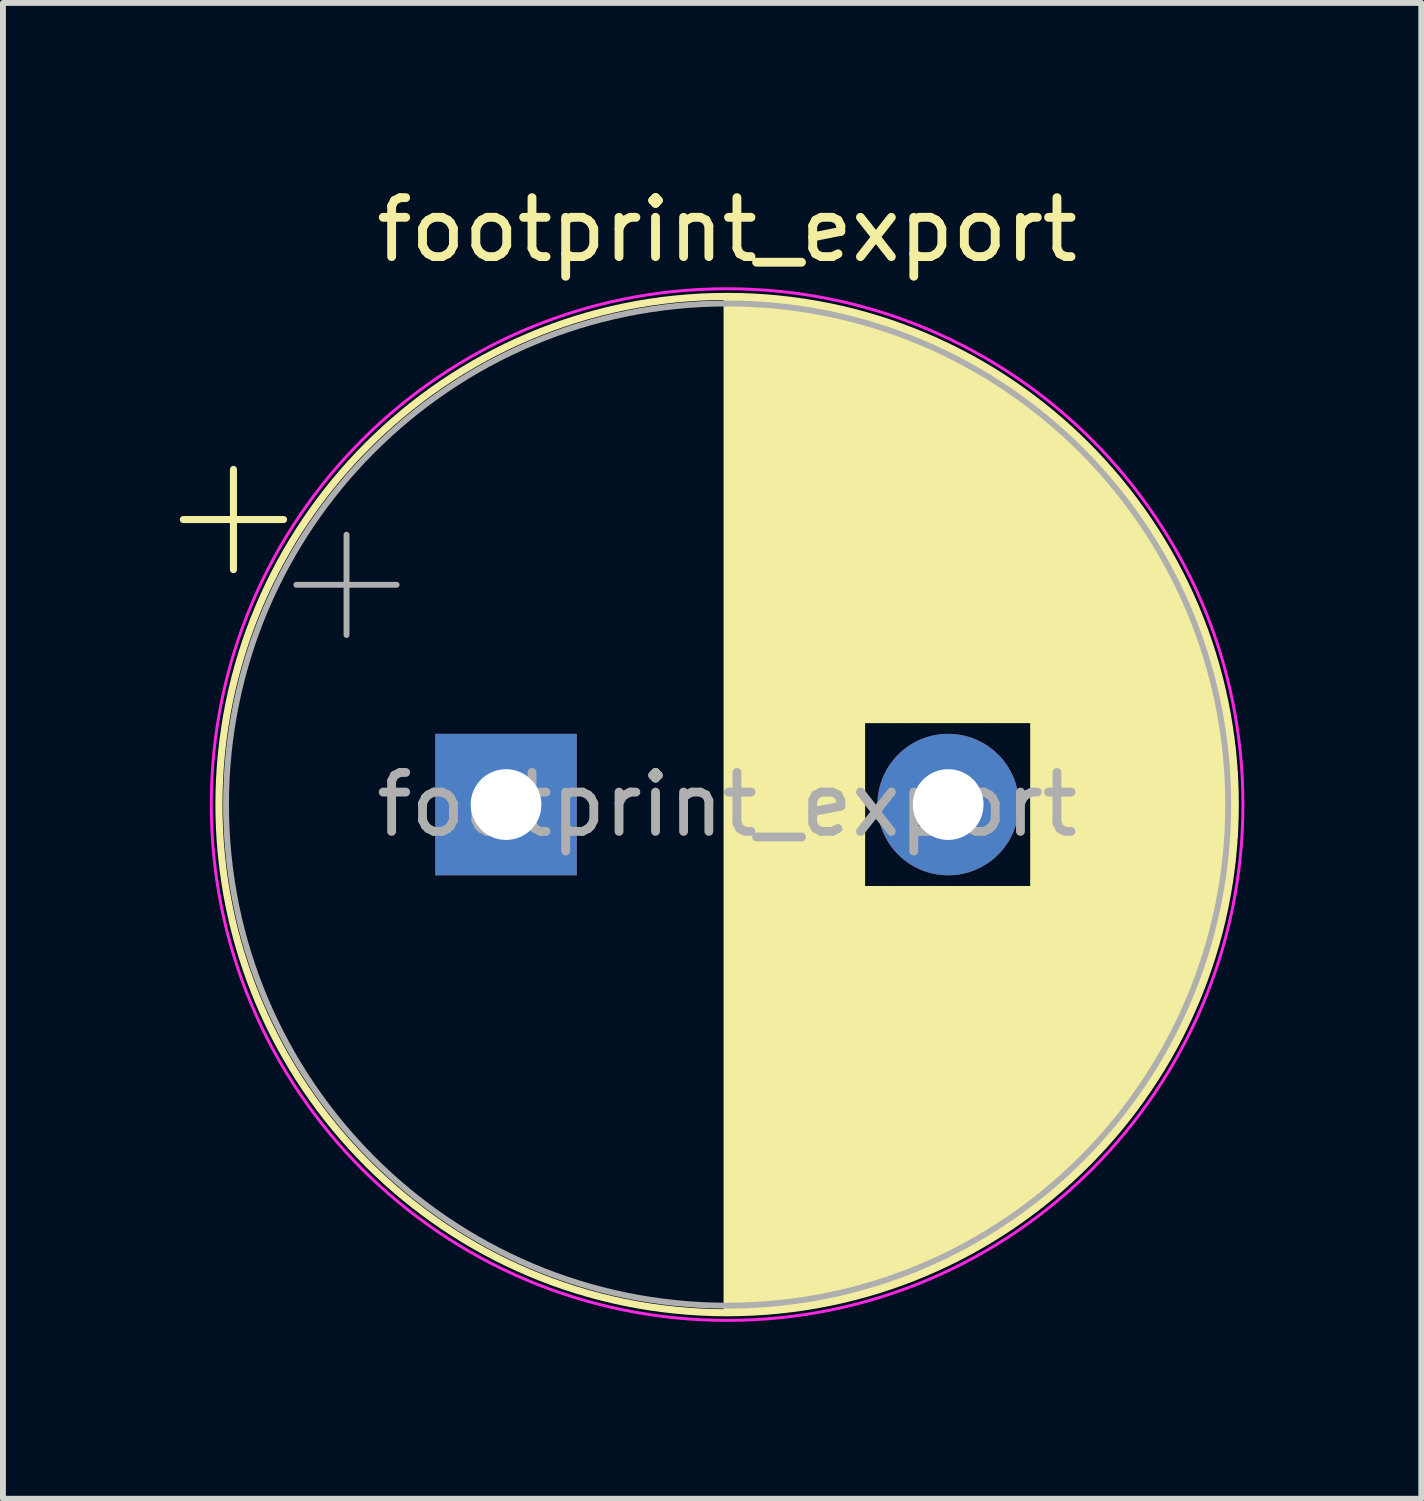
<source format=kicad_pcb>
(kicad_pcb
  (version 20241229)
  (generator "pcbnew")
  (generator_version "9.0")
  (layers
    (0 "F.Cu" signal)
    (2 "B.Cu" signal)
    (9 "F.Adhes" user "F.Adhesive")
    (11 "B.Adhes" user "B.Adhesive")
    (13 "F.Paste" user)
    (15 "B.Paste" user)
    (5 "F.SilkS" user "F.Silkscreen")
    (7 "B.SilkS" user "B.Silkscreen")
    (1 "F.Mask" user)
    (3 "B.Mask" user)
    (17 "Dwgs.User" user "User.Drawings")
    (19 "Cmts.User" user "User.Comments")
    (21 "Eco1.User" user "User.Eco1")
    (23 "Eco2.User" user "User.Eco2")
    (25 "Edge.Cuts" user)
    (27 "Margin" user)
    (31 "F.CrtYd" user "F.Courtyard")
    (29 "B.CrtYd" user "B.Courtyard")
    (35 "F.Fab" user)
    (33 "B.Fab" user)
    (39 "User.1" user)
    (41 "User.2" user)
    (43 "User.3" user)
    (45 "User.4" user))
  (footprint "footprint_export"
    (layer "F.Cu")
    (at 5.534 10.598)
    (property "Reference" "footprint_export" (at 3.75 -9.75 0) (layer "F.SilkS") (effects (font (size 1 1) (thickness 0.15))))
    (attr through_hole)
    (fp_line (start -5.474 -4.835) (end -3.774 -4.835) (stroke (width 0.12) (type solid)) (layer "F.SilkS"))
    (fp_line (start -4.624 -5.685) (end -4.624 -3.985) (stroke (width 0.12) (type solid)) (layer "F.SilkS"))
    (fp_line (start 3.75 -8.581) (end 3.75 8.581) (stroke (width 0.12) (type solid)) (layer "F.SilkS"))
    (fp_line (start 3.79 -8.58) (end 3.79 8.58) (stroke (width 0.12) (type solid)) (layer "F.SilkS"))
    (fp_line (start 3.83 -8.58) (end 3.83 8.58) (stroke (width 0.12) (type solid)) (layer "F.SilkS"))
    (fp_line (start 3.87 -8.58) (end 3.87 8.58) (stroke (width 0.12) (type solid)) (layer "F.SilkS"))
    (fp_line (start 3.91 -8.579) (end 3.91 8.579) (stroke (width 0.12) (type solid)) (layer "F.SilkS"))
    (fp_line (start 3.95 -8.578) (end 3.95 8.578) (stroke (width 0.12) (type solid)) (layer "F.SilkS"))
    (fp_line (start 3.99 -8.577) (end 3.99 8.577) (stroke (width 0.12) (type solid)) (layer "F.SilkS"))
    (fp_line (start 4.03 -8.576) (end 4.03 8.576) (stroke (width 0.12) (type solid)) (layer "F.SilkS"))
    (fp_line (start 4.07 -8.575) (end 4.07 8.575) (stroke (width 0.12) (type solid)) (layer "F.SilkS"))
    (fp_line (start 4.11 -8.573) (end 4.11 8.573) (stroke (width 0.12) (type solid)) (layer "F.SilkS"))
    (fp_line (start 4.15 -8.571) (end 4.15 8.571) (stroke (width 0.12) (type solid)) (layer "F.SilkS"))
    (fp_line (start 4.19 -8.569) (end 4.19 8.569) (stroke (width 0.12) (type solid)) (layer "F.SilkS"))
    (fp_line (start 4.23 -8.567) (end 4.23 8.567) (stroke (width 0.12) (type solid)) (layer "F.SilkS"))
    (fp_line (start 4.27 -8.565) (end 4.27 8.565) (stroke (width 0.12) (type solid)) (layer "F.SilkS"))
    (fp_line (start 4.31 -8.562) (end 4.31 8.562) (stroke (width 0.12) (type solid)) (layer "F.SilkS"))
    (fp_line (start 4.35 -8.56) (end 4.35 8.56) (stroke (width 0.12) (type solid)) (layer "F.SilkS"))
    (fp_line (start 4.39 -8.557) (end 4.39 8.557) (stroke (width 0.12) (type solid)) (layer "F.SilkS"))
    (fp_line (start 4.43 -8.554) (end 4.43 8.554) (stroke (width 0.12) (type solid)) (layer "F.SilkS"))
    (fp_line (start 4.471 -8.55) (end 4.471 8.55) (stroke (width 0.12) (type solid)) (layer "F.SilkS"))
    (fp_line (start 4.511 -8.547) (end 4.511 8.547) (stroke (width 0.12) (type solid)) (layer "F.SilkS"))
    (fp_line (start 4.551 -8.543) (end 4.551 8.543) (stroke (width 0.12) (type solid)) (layer "F.SilkS"))
    (fp_line (start 4.591 -8.539) (end 4.591 8.539) (stroke (width 0.12) (type solid)) (layer "F.SilkS"))
    (fp_line (start 4.631 -8.535) (end 4.631 8.535) (stroke (width 0.12) (type solid)) (layer "F.SilkS"))
    (fp_line (start 4.671 -8.531) (end 4.671 8.531) (stroke (width 0.12) (type solid)) (layer "F.SilkS"))
    (fp_line (start 4.711 -8.527) (end 4.711 8.527) (stroke (width 0.12) (type solid)) (layer "F.SilkS"))
    (fp_line (start 4.751 -8.522) (end 4.751 8.522) (stroke (width 0.12) (type solid)) (layer "F.SilkS"))
    (fp_line (start 4.791 -8.518) (end 4.791 8.518) (stroke (width 0.12) (type solid)) (layer "F.SilkS"))
    (fp_line (start 4.831 -8.513) (end 4.831 8.513) (stroke (width 0.12) (type solid)) (layer "F.SilkS"))
    (fp_line (start 4.871 -8.507) (end 4.871 8.507) (stroke (width 0.12) (type solid)) (layer "F.SilkS"))
    (fp_line (start 4.911 -8.502) (end 4.911 8.502) (stroke (width 0.12) (type solid)) (layer "F.SilkS"))
    (fp_line (start 4.951 -8.497) (end 4.951 8.497) (stroke (width 0.12) (type solid)) (layer "F.SilkS"))
    (fp_line (start 4.991 -8.491) (end 4.991 8.491) (stroke (width 0.12) (type solid)) (layer "F.SilkS"))
    (fp_line (start 5.031 -8.485) (end 5.031 8.485) (stroke (width 0.12) (type solid)) (layer "F.SilkS"))
    (fp_line (start 5.071 -8.479) (end 5.071 8.479) (stroke (width 0.12) (type solid)) (layer "F.SilkS"))
    (fp_line (start 5.111 -8.473) (end 5.111 8.473) (stroke (width 0.12) (type solid)) (layer "F.SilkS"))
    (fp_line (start 5.151 -8.466) (end 5.151 8.466) (stroke (width 0.12) (type solid)) (layer "F.SilkS"))
    (fp_line (start 5.191 -8.459) (end 5.191 8.459) (stroke (width 0.12) (type solid)) (layer "F.SilkS"))
    (fp_line (start 5.231 -8.452) (end 5.231 8.452) (stroke (width 0.12) (type solid)) (layer "F.SilkS"))
    (fp_line (start 5.271 -8.445) (end 5.271 8.445) (stroke (width 0.12) (type solid)) (layer "F.SilkS"))
    (fp_line (start 5.311 -8.438) (end 5.311 8.438) (stroke (width 0.12) (type solid)) (layer "F.SilkS"))
    (fp_line (start 5.351 -8.431) (end 5.351 8.431) (stroke (width 0.12) (type solid)) (layer "F.SilkS"))
    (fp_line (start 5.391 -8.423) (end 5.391 8.423) (stroke (width 0.12) (type solid)) (layer "F.SilkS"))
    (fp_line (start 5.431 -8.415) (end 5.431 8.415) (stroke (width 0.12) (type solid)) (layer "F.SilkS"))
    (fp_line (start 5.471 -8.407) (end 5.471 8.407) (stroke (width 0.12) (type solid)) (layer "F.SilkS"))
    (fp_line (start 5.511 -8.399) (end 5.511 8.399) (stroke (width 0.12) (type solid)) (layer "F.SilkS"))
    (fp_line (start 5.551 -8.39) (end 5.551 8.39) (stroke (width 0.12) (type solid)) (layer "F.SilkS"))
    (fp_line (start 5.591 -8.382) (end 5.591 8.382) (stroke (width 0.12) (type solid)) (layer "F.SilkS"))
    (fp_line (start 5.631 -8.373) (end 5.631 8.373) (stroke (width 0.12) (type solid)) (layer "F.SilkS"))
    (fp_line (start 5.671 -8.364) (end 5.671 8.364) (stroke (width 0.12) (type solid)) (layer "F.SilkS"))
    (fp_line (start 5.711 -8.355) (end 5.711 8.355) (stroke (width 0.12) (type solid)) (layer "F.SilkS"))
    (fp_line (start 5.751 -8.345) (end 5.751 8.345) (stroke (width 0.12) (type solid)) (layer "F.SilkS"))
    (fp_line (start 5.791 -8.336) (end 5.791 8.336) (stroke (width 0.12) (type solid)) (layer "F.SilkS"))
    (fp_line (start 5.831 -8.326) (end 5.831 8.326) (stroke (width 0.12) (type solid)) (layer "F.SilkS"))
    (fp_line (start 5.871 -8.316) (end 5.871 8.316) (stroke (width 0.12) (type solid)) (layer "F.SilkS"))
    (fp_line (start 5.911 -8.305) (end 5.911 8.305) (stroke (width 0.12) (type solid)) (layer "F.SilkS"))
    (fp_line (start 5.951 -8.295) (end 5.951 8.295) (stroke (width 0.12) (type solid)) (layer "F.SilkS"))
    (fp_line (start 5.991 -8.284) (end 5.991 8.284) (stroke (width 0.12) (type solid)) (layer "F.SilkS"))
    (fp_line (start 6.031 -8.274) (end 6.031 8.274) (stroke (width 0.12) (type solid)) (layer "F.SilkS"))
    (fp_line (start 6.071 -8.262) (end 6.071 -1.44) (stroke (width 0.12) (type solid)) (layer "F.SilkS"))
    (fp_line (start 6.071 1.44) (end 6.071 8.262) (stroke (width 0.12) (type solid)) (layer "F.SilkS"))
    (fp_line (start 6.111 -8.251) (end 6.111 -1.44) (stroke (width 0.12) (type solid)) (layer "F.SilkS"))
    (fp_line (start 6.111 1.44) (end 6.111 8.251) (stroke (width 0.12) (type solid)) (layer "F.SilkS"))
    (fp_line (start 6.151 -8.24) (end 6.151 -1.44) (stroke (width 0.12) (type solid)) (layer "F.SilkS"))
    (fp_line (start 6.151 1.44) (end 6.151 8.24) (stroke (width 0.12) (type solid)) (layer "F.SilkS"))
    (fp_line (start 6.191 -8.228) (end 6.191 -1.44) (stroke (width 0.12) (type solid)) (layer "F.SilkS"))
    (fp_line (start 6.191 1.44) (end 6.191 8.228) (stroke (width 0.12) (type solid)) (layer "F.SilkS"))
    (fp_line (start 6.231 -8.216) (end 6.231 -1.44) (stroke (width 0.12) (type solid)) (layer "F.SilkS"))
    (fp_line (start 6.231 1.44) (end 6.231 8.216) (stroke (width 0.12) (type solid)) (layer "F.SilkS"))
    (fp_line (start 6.271 -8.204) (end 6.271 -1.44) (stroke (width 0.12) (type solid)) (layer "F.SilkS"))
    (fp_line (start 6.271 1.44) (end 6.271 8.204) (stroke (width 0.12) (type solid)) (layer "F.SilkS"))
    (fp_line (start 6.311 -8.192) (end 6.311 -1.44) (stroke (width 0.12) (type solid)) (layer "F.SilkS"))
    (fp_line (start 6.311 1.44) (end 6.311 8.192) (stroke (width 0.12) (type solid)) (layer "F.SilkS"))
    (fp_line (start 6.351 -8.179) (end 6.351 -1.44) (stroke (width 0.12) (type solid)) (layer "F.SilkS"))
    (fp_line (start 6.351 1.44) (end 6.351 8.179) (stroke (width 0.12) (type solid)) (layer "F.SilkS"))
    (fp_line (start 6.391 -8.166) (end 6.391 -1.44) (stroke (width 0.12) (type solid)) (layer "F.SilkS"))
    (fp_line (start 6.391 1.44) (end 6.391 8.166) (stroke (width 0.12) (type solid)) (layer "F.SilkS"))
    (fp_line (start 6.431 -8.153) (end 6.431 -1.44) (stroke (width 0.12) (type solid)) (layer "F.SilkS"))
    (fp_line (start 6.431 1.44) (end 6.431 8.153) (stroke (width 0.12) (type solid)) (layer "F.SilkS"))
    (fp_line (start 6.471 -8.14) (end 6.471 -1.44) (stroke (width 0.12) (type solid)) (layer "F.SilkS"))
    (fp_line (start 6.471 1.44) (end 6.471 8.14) (stroke (width 0.12) (type solid)) (layer "F.SilkS"))
    (fp_line (start 6.511 -8.127) (end 6.511 -1.44) (stroke (width 0.12) (type solid)) (layer "F.SilkS"))
    (fp_line (start 6.511 1.44) (end 6.511 8.127) (stroke (width 0.12) (type solid)) (layer "F.SilkS"))
    (fp_line (start 6.551 -8.113) (end 6.551 -1.44) (stroke (width 0.12) (type solid)) (layer "F.SilkS"))
    (fp_line (start 6.551 1.44) (end 6.551 8.113) (stroke (width 0.12) (type solid)) (layer "F.SilkS"))
    (fp_line (start 6.591 -8.099) (end 6.591 -1.44) (stroke (width 0.12) (type solid)) (layer "F.SilkS"))
    (fp_line (start 6.591 1.44) (end 6.591 8.099) (stroke (width 0.12) (type solid)) (layer "F.SilkS"))
    (fp_line (start 6.631 -8.085) (end 6.631 -1.44) (stroke (width 0.12) (type solid)) (layer "F.SilkS"))
    (fp_line (start 6.631 1.44) (end 6.631 8.085) (stroke (width 0.12) (type solid)) (layer "F.SilkS"))
    (fp_line (start 6.671 -8.071) (end 6.671 -1.44) (stroke (width 0.12) (type solid)) (layer "F.SilkS"))
    (fp_line (start 6.671 1.44) (end 6.671 8.071) (stroke (width 0.12) (type solid)) (layer "F.SilkS"))
    (fp_line (start 6.711 -8.056) (end 6.711 -1.44) (stroke (width 0.12) (type solid)) (layer "F.SilkS"))
    (fp_line (start 6.711 1.44) (end 6.711 8.056) (stroke (width 0.12) (type solid)) (layer "F.SilkS"))
    (fp_line (start 6.751 -8.042) (end 6.751 -1.44) (stroke (width 0.12) (type solid)) (layer "F.SilkS"))
    (fp_line (start 6.751 1.44) (end 6.751 8.042) (stroke (width 0.12) (type solid)) (layer "F.SilkS"))
    (fp_line (start 6.791 -8.027) (end 6.791 -1.44) (stroke (width 0.12) (type solid)) (layer "F.SilkS"))
    (fp_line (start 6.791 1.44) (end 6.791 8.027) (stroke (width 0.12) (type solid)) (layer "F.SilkS"))
    (fp_line (start 6.831 -8.011) (end 6.831 -1.44) (stroke (width 0.12) (type solid)) (layer "F.SilkS"))
    (fp_line (start 6.831 1.44) (end 6.831 8.011) (stroke (width 0.12) (type solid)) (layer "F.SilkS"))
    (fp_line (start 6.871 -7.996) (end 6.871 -1.44) (stroke (width 0.12) (type solid)) (layer "F.SilkS"))
    (fp_line (start 6.871 1.44) (end 6.871 7.996) (stroke (width 0.12) (type solid)) (layer "F.SilkS"))
    (fp_line (start 6.911 -7.98) (end 6.911 -1.44) (stroke (width 0.12) (type solid)) (layer "F.SilkS"))
    (fp_line (start 6.911 1.44) (end 6.911 7.98) (stroke (width 0.12) (type solid)) (layer "F.SilkS"))
    (fp_line (start 6.951 -7.965) (end 6.951 -1.44) (stroke (width 0.12) (type solid)) (layer "F.SilkS"))
    (fp_line (start 6.951 1.44) (end 6.951 7.965) (stroke (width 0.12) (type solid)) (layer "F.SilkS"))
    (fp_line (start 6.991 -7.948) (end 6.991 -1.44) (stroke (width 0.12) (type solid)) (layer "F.SilkS"))
    (fp_line (start 6.991 1.44) (end 6.991 7.948) (stroke (width 0.12) (type solid)) (layer "F.SilkS"))
    (fp_line (start 7.031 -7.932) (end 7.031 -1.44) (stroke (width 0.12) (type solid)) (layer "F.SilkS"))
    (fp_line (start 7.031 1.44) (end 7.031 7.932) (stroke (width 0.12) (type solid)) (layer "F.SilkS"))
    (fp_line (start 7.071 -7.915) (end 7.071 -1.44) (stroke (width 0.12) (type solid)) (layer "F.SilkS"))
    (fp_line (start 7.071 1.44) (end 7.071 7.915) (stroke (width 0.12) (type solid)) (layer "F.SilkS"))
    (fp_line (start 7.111 -7.899) (end 7.111 -1.44) (stroke (width 0.12) (type solid)) (layer "F.SilkS"))
    (fp_line (start 7.111 1.44) (end 7.111 7.899) (stroke (width 0.12) (type solid)) (layer "F.SilkS"))
    (fp_line (start 7.151 -7.882) (end 7.151 -1.44) (stroke (width 0.12) (type solid)) (layer "F.SilkS"))
    (fp_line (start 7.151 1.44) (end 7.151 7.882) (stroke (width 0.12) (type solid)) (layer "F.SilkS"))
    (fp_line (start 7.191 -7.864) (end 7.191 -1.44) (stroke (width 0.12) (type solid)) (layer "F.SilkS"))
    (fp_line (start 7.191 1.44) (end 7.191 7.864) (stroke (width 0.12) (type solid)) (layer "F.SilkS"))
    (fp_line (start 7.231 -7.847) (end 7.231 -1.44) (stroke (width 0.12) (type solid)) (layer "F.SilkS"))
    (fp_line (start 7.231 1.44) (end 7.231 7.847) (stroke (width 0.12) (type solid)) (layer "F.SilkS"))
    (fp_line (start 7.271 -7.829) (end 7.271 -1.44) (stroke (width 0.12) (type solid)) (layer "F.SilkS"))
    (fp_line (start 7.271 1.44) (end 7.271 7.829) (stroke (width 0.12) (type solid)) (layer "F.SilkS"))
    (fp_line (start 7.311 -7.811) (end 7.311 -1.44) (stroke (width 0.12) (type solid)) (layer "F.SilkS"))
    (fp_line (start 7.311 1.44) (end 7.311 7.811) (stroke (width 0.12) (type solid)) (layer "F.SilkS"))
    (fp_line (start 7.351 -7.793) (end 7.351 -1.44) (stroke (width 0.12) (type solid)) (layer "F.SilkS"))
    (fp_line (start 7.351 1.44) (end 7.351 7.793) (stroke (width 0.12) (type solid)) (layer "F.SilkS"))
    (fp_line (start 7.391 -7.774) (end 7.391 -1.44) (stroke (width 0.12) (type solid)) (layer "F.SilkS"))
    (fp_line (start 7.391 1.44) (end 7.391 7.774) (stroke (width 0.12) (type solid)) (layer "F.SilkS"))
    (fp_line (start 7.431 -7.755) (end 7.431 -1.44) (stroke (width 0.12) (type solid)) (layer "F.SilkS"))
    (fp_line (start 7.431 1.44) (end 7.431 7.755) (stroke (width 0.12) (type solid)) (layer "F.SilkS"))
    (fp_line (start 7.471 -7.736) (end 7.471 -1.44) (stroke (width 0.12) (type solid)) (layer "F.SilkS"))
    (fp_line (start 7.471 1.44) (end 7.471 7.736) (stroke (width 0.12) (type solid)) (layer "F.SilkS"))
    (fp_line (start 7.511 -7.717) (end 7.511 -1.44) (stroke (width 0.12) (type solid)) (layer "F.SilkS"))
    (fp_line (start 7.511 1.44) (end 7.511 7.717) (stroke (width 0.12) (type solid)) (layer "F.SilkS"))
    (fp_line (start 7.551 -7.698) (end 7.551 -1.44) (stroke (width 0.12) (type solid)) (layer "F.SilkS"))
    (fp_line (start 7.551 1.44) (end 7.551 7.698) (stroke (width 0.12) (type solid)) (layer "F.SilkS"))
    (fp_line (start 7.591 -7.678) (end 7.591 -1.44) (stroke (width 0.12) (type solid)) (layer "F.SilkS"))
    (fp_line (start 7.591 1.44) (end 7.591 7.678) (stroke (width 0.12) (type solid)) (layer "F.SilkS"))
    (fp_line (start 7.631 -7.658) (end 7.631 -1.44) (stroke (width 0.12) (type solid)) (layer "F.SilkS"))
    (fp_line (start 7.631 1.44) (end 7.631 7.658) (stroke (width 0.12) (type solid)) (layer "F.SilkS"))
    (fp_line (start 7.671 -7.638) (end 7.671 -1.44) (stroke (width 0.12) (type solid)) (layer "F.SilkS"))
    (fp_line (start 7.671 1.44) (end 7.671 7.638) (stroke (width 0.12) (type solid)) (layer "F.SilkS"))
    (fp_line (start 7.711 -7.617) (end 7.711 -1.44) (stroke (width 0.12) (type solid)) (layer "F.SilkS"))
    (fp_line (start 7.711 1.44) (end 7.711 7.617) (stroke (width 0.12) (type solid)) (layer "F.SilkS"))
    (fp_line (start 7.751 -7.596) (end 7.751 -1.44) (stroke (width 0.12) (type solid)) (layer "F.SilkS"))
    (fp_line (start 7.751 1.44) (end 7.751 7.596) (stroke (width 0.12) (type solid)) (layer "F.SilkS"))
    (fp_line (start 7.791 -7.575) (end 7.791 -1.44) (stroke (width 0.12) (type solid)) (layer "F.SilkS"))
    (fp_line (start 7.791 1.44) (end 7.791 7.575) (stroke (width 0.12) (type solid)) (layer "F.SilkS"))
    (fp_line (start 7.831 -7.554) (end 7.831 -1.44) (stroke (width 0.12) (type solid)) (layer "F.SilkS"))
    (fp_line (start 7.831 1.44) (end 7.831 7.554) (stroke (width 0.12) (type solid)) (layer "F.SilkS"))
    (fp_line (start 7.871 -7.532) (end 7.871 -1.44) (stroke (width 0.12) (type solid)) (layer "F.SilkS"))
    (fp_line (start 7.871 1.44) (end 7.871 7.532) (stroke (width 0.12) (type solid)) (layer "F.SilkS"))
    (fp_line (start 7.911 -7.51) (end 7.911 -1.44) (stroke (width 0.12) (type solid)) (layer "F.SilkS"))
    (fp_line (start 7.911 1.44) (end 7.911 7.51) (stroke (width 0.12) (type solid)) (layer "F.SilkS"))
    (fp_line (start 7.951 -7.488) (end 7.951 -1.44) (stroke (width 0.12) (type solid)) (layer "F.SilkS"))
    (fp_line (start 7.951 1.44) (end 7.951 7.488) (stroke (width 0.12) (type solid)) (layer "F.SilkS"))
    (fp_line (start 7.991 -7.466) (end 7.991 -1.44) (stroke (width 0.12) (type solid)) (layer "F.SilkS"))
    (fp_line (start 7.991 1.44) (end 7.991 7.466) (stroke (width 0.12) (type solid)) (layer "F.SilkS"))
    (fp_line (start 8.031 -7.443) (end 8.031 -1.44) (stroke (width 0.12) (type solid)) (layer "F.SilkS"))
    (fp_line (start 8.031 1.44) (end 8.031 7.443) (stroke (width 0.12) (type solid)) (layer "F.SilkS"))
    (fp_line (start 8.071 -7.42) (end 8.071 -1.44) (stroke (width 0.12) (type solid)) (layer "F.SilkS"))
    (fp_line (start 8.071 1.44) (end 8.071 7.42) (stroke (width 0.12) (type solid)) (layer "F.SilkS"))
    (fp_line (start 8.111 -7.397) (end 8.111 -1.44) (stroke (width 0.12) (type solid)) (layer "F.SilkS"))
    (fp_line (start 8.111 1.44) (end 8.111 7.397) (stroke (width 0.12) (type solid)) (layer "F.SilkS"))
    (fp_line (start 8.151 -7.373) (end 8.151 -1.44) (stroke (width 0.12) (type solid)) (layer "F.SilkS"))
    (fp_line (start 8.151 1.44) (end 8.151 7.373) (stroke (width 0.12) (type solid)) (layer "F.SilkS"))
    (fp_line (start 8.191 -7.349) (end 8.191 -1.44) (stroke (width 0.12) (type solid)) (layer "F.SilkS"))
    (fp_line (start 8.191 1.44) (end 8.191 7.349) (stroke (width 0.12) (type solid)) (layer "F.SilkS"))
    (fp_line (start 8.231 -7.325) (end 8.231 -1.44) (stroke (width 0.12) (type solid)) (layer "F.SilkS"))
    (fp_line (start 8.231 1.44) (end 8.231 7.325) (stroke (width 0.12) (type solid)) (layer "F.SilkS"))
    (fp_line (start 8.271 -7.3) (end 8.271 -1.44) (stroke (width 0.12) (type solid)) (layer "F.SilkS"))
    (fp_line (start 8.271 1.44) (end 8.271 7.3) (stroke (width 0.12) (type solid)) (layer "F.SilkS"))
    (fp_line (start 8.311 -7.276) (end 8.311 -1.44) (stroke (width 0.12) (type solid)) (layer "F.SilkS"))
    (fp_line (start 8.311 1.44) (end 8.311 7.276) (stroke (width 0.12) (type solid)) (layer "F.SilkS"))
    (fp_line (start 8.351 -7.251) (end 8.351 -1.44) (stroke (width 0.12) (type solid)) (layer "F.SilkS"))
    (fp_line (start 8.351 1.44) (end 8.351 7.251) (stroke (width 0.12) (type solid)) (layer "F.SilkS"))
    (fp_line (start 8.391 -7.225) (end 8.391 -1.44) (stroke (width 0.12) (type solid)) (layer "F.SilkS"))
    (fp_line (start 8.391 1.44) (end 8.391 7.225) (stroke (width 0.12) (type solid)) (layer "F.SilkS"))
    (fp_line (start 8.431 -7.199) (end 8.431 -1.44) (stroke (width 0.12) (type solid)) (layer "F.SilkS"))
    (fp_line (start 8.431 1.44) (end 8.431 7.199) (stroke (width 0.12) (type solid)) (layer "F.SilkS"))
    (fp_line (start 8.471 -7.173) (end 8.471 -1.44) (stroke (width 0.12) (type solid)) (layer "F.SilkS"))
    (fp_line (start 8.471 1.44) (end 8.471 7.173) (stroke (width 0.12) (type solid)) (layer "F.SilkS"))
    (fp_line (start 8.511 -7.147) (end 8.511 -1.44) (stroke (width 0.12) (type solid)) (layer "F.SilkS"))
    (fp_line (start 8.511 1.44) (end 8.511 7.147) (stroke (width 0.12) (type solid)) (layer "F.SilkS"))
    (fp_line (start 8.551 -7.12) (end 8.551 -1.44) (stroke (width 0.12) (type solid)) (layer "F.SilkS"))
    (fp_line (start 8.551 1.44) (end 8.551 7.12) (stroke (width 0.12) (type solid)) (layer "F.SilkS"))
    (fp_line (start 8.591 -7.093) (end 8.591 -1.44) (stroke (width 0.12) (type solid)) (layer "F.SilkS"))
    (fp_line (start 8.591 1.44) (end 8.591 7.093) (stroke (width 0.12) (type solid)) (layer "F.SilkS"))
    (fp_line (start 8.631 -7.066) (end 8.631 -1.44) (stroke (width 0.12) (type solid)) (layer "F.SilkS"))
    (fp_line (start 8.631 1.44) (end 8.631 7.066) (stroke (width 0.12) (type solid)) (layer "F.SilkS"))
    (fp_line (start 8.671 -7.038) (end 8.671 -1.44) (stroke (width 0.12) (type solid)) (layer "F.SilkS"))
    (fp_line (start 8.671 1.44) (end 8.671 7.038) (stroke (width 0.12) (type solid)) (layer "F.SilkS"))
    (fp_line (start 8.711 -7.011) (end 8.711 -1.44) (stroke (width 0.12) (type solid)) (layer "F.SilkS"))
    (fp_line (start 8.711 1.44) (end 8.711 7.011) (stroke (width 0.12) (type solid)) (layer "F.SilkS"))
    (fp_line (start 8.751 -6.982) (end 8.751 -1.44) (stroke (width 0.12) (type solid)) (layer "F.SilkS"))
    (fp_line (start 8.751 1.44) (end 8.751 6.982) (stroke (width 0.12) (type solid)) (layer "F.SilkS"))
    (fp_line (start 8.791 -6.954) (end 8.791 -1.44) (stroke (width 0.12) (type solid)) (layer "F.SilkS"))
    (fp_line (start 8.791 1.44) (end 8.791 6.954) (stroke (width 0.12) (type solid)) (layer "F.SilkS"))
    (fp_line (start 8.831 -6.925) (end 8.831 -1.44) (stroke (width 0.12) (type solid)) (layer "F.SilkS"))
    (fp_line (start 8.831 1.44) (end 8.831 6.925) (stroke (width 0.12) (type solid)) (layer "F.SilkS"))
    (fp_line (start 8.871 -6.895) (end 8.871 -1.44) (stroke (width 0.12) (type solid)) (layer "F.SilkS"))
    (fp_line (start 8.871 1.44) (end 8.871 6.895) (stroke (width 0.12) (type solid)) (layer "F.SilkS"))
    (fp_line (start 8.911 -6.865) (end 8.911 -1.44) (stroke (width 0.12) (type solid)) (layer "F.SilkS"))
    (fp_line (start 8.911 1.44) (end 8.911 6.865) (stroke (width 0.12) (type solid)) (layer "F.SilkS"))
    (fp_line (start 8.951 -6.835) (end 8.951 6.835) (stroke (width 0.12) (type solid)) (layer "F.SilkS"))
    (fp_line (start 8.991 -6.805) (end 8.991 6.805) (stroke (width 0.12) (type solid)) (layer "F.SilkS"))
    (fp_line (start 9.031 -6.774) (end 9.031 6.774) (stroke (width 0.12) (type solid)) (layer "F.SilkS"))
    (fp_line (start 9.071 -6.743) (end 9.071 6.743) (stroke (width 0.12) (type solid)) (layer "F.SilkS"))
    (fp_line (start 9.111 -6.711) (end 9.111 6.711) (stroke (width 0.12) (type solid)) (layer "F.SilkS"))
    (fp_line (start 9.151 -6.679) (end 9.151 6.679) (stroke (width 0.12) (type solid)) (layer "F.SilkS"))
    (fp_line (start 9.191 -6.647) (end 9.191 6.647) (stroke (width 0.12) (type solid)) (layer "F.SilkS"))
    (fp_line (start 9.231 -6.614) (end 9.231 6.614) (stroke (width 0.12) (type solid)) (layer "F.SilkS"))
    (fp_line (start 9.271 -6.581) (end 9.271 6.581) (stroke (width 0.12) (type solid)) (layer "F.SilkS"))
    (fp_line (start 9.311 -6.548) (end 9.311 6.548) (stroke (width 0.12) (type solid)) (layer "F.SilkS"))
    (fp_line (start 9.351 -6.514) (end 9.351 6.514) (stroke (width 0.12) (type solid)) (layer "F.SilkS"))
    (fp_line (start 9.391 -6.479) (end 9.391 6.479) (stroke (width 0.12) (type solid)) (layer "F.SilkS"))
    (fp_line (start 9.431 -6.444) (end 9.431 6.444) (stroke (width 0.12) (type solid)) (layer "F.SilkS"))
    (fp_line (start 9.471 -6.409) (end 9.471 6.409) (stroke (width 0.12) (type solid)) (layer "F.SilkS"))
    (fp_line (start 9.511 -6.374) (end 9.511 6.374) (stroke (width 0.12) (type solid)) (layer "F.SilkS"))
    (fp_line (start 9.551 -6.337) (end 9.551 6.337) (stroke (width 0.12) (type solid)) (layer "F.SilkS"))
    (fp_line (start 9.591 -6.301) (end 9.591 6.301) (stroke (width 0.12) (type solid)) (layer "F.SilkS"))
    (fp_line (start 9.631 -6.264) (end 9.631 6.264) (stroke (width 0.12) (type solid)) (layer "F.SilkS"))
    (fp_line (start 9.671 -6.226) (end 9.671 6.226) (stroke (width 0.12) (type solid)) (layer "F.SilkS"))
    (fp_line (start 9.711 -6.188) (end 9.711 6.188) (stroke (width 0.12) (type solid)) (layer "F.SilkS"))
    (fp_line (start 9.751 -6.15) (end 9.751 6.15) (stroke (width 0.12) (type solid)) (layer "F.SilkS"))
    (fp_line (start 9.791 -6.111) (end 9.791 6.111) (stroke (width 0.12) (type solid)) (layer "F.SilkS"))
    (fp_line (start 9.831 -6.071) (end 9.831 6.071) (stroke (width 0.12) (type solid)) (layer "F.SilkS"))
    (fp_line (start 9.871 -6.031) (end 9.871 6.031) (stroke (width 0.12) (type solid)) (layer "F.SilkS"))
    (fp_line (start 9.911 -5.99) (end 9.911 5.99) (stroke (width 0.12) (type solid)) (layer "F.SilkS"))
    (fp_line (start 9.951 -5.949) (end 9.951 5.949) (stroke (width 0.12) (type solid)) (layer "F.SilkS"))
    (fp_line (start 9.991 -5.907) (end 9.991 5.907) (stroke (width 0.12) (type solid)) (layer "F.SilkS"))
    (fp_line (start 10.031 -5.865) (end 10.031 5.865) (stroke (width 0.12) (type solid)) (layer "F.SilkS"))
    (fp_line (start 10.071 -5.822) (end 10.071 5.822) (stroke (width 0.12) (type solid)) (layer "F.SilkS"))
    (fp_line (start 10.111 -5.779) (end 10.111 5.779) (stroke (width 0.12) (type solid)) (layer "F.SilkS"))
    (fp_line (start 10.151 -5.735) (end 10.151 5.735) (stroke (width 0.12) (type solid)) (layer "F.SilkS"))
    (fp_line (start 10.191 -5.69) (end 10.191 5.69) (stroke (width 0.12) (type solid)) (layer "F.SilkS"))
    (fp_line (start 10.231 -5.645) (end 10.231 5.645) (stroke (width 0.12) (type solid)) (layer "F.SilkS"))
    (fp_line (start 10.271 -5.599) (end 10.271 5.599) (stroke (width 0.12) (type solid)) (layer "F.SilkS"))
    (fp_line (start 10.311 -5.553) (end 10.311 5.553) (stroke (width 0.12) (type solid)) (layer "F.SilkS"))
    (fp_line (start 10.351 -5.505) (end 10.351 5.505) (stroke (width 0.12) (type solid)) (layer "F.SilkS"))
    (fp_line (start 10.391 -5.457) (end 10.391 5.457) (stroke (width 0.12) (type solid)) (layer "F.SilkS"))
    (fp_line (start 10.431 -5.409) (end 10.431 5.409) (stroke (width 0.12) (type solid)) (layer "F.SilkS"))
    (fp_line (start 10.471 -5.359) (end 10.471 5.359) (stroke (width 0.12) (type solid)) (layer "F.SilkS"))
    (fp_line (start 10.511 -5.309) (end 10.511 5.309) (stroke (width 0.12) (type solid)) (layer "F.SilkS"))
    (fp_line (start 10.551 -5.258) (end 10.551 5.258) (stroke (width 0.12) (type solid)) (layer "F.SilkS"))
    (fp_line (start 10.591 -5.206) (end 10.591 5.206) (stroke (width 0.12) (type solid)) (layer "F.SilkS"))
    (fp_line (start 10.631 -5.154) (end 10.631 5.154) (stroke (width 0.12) (type solid)) (layer "F.SilkS"))
    (fp_line (start 10.671 -5.1) (end 10.671 5.1) (stroke (width 0.12) (type solid)) (layer "F.SilkS"))
    (fp_line (start 10.711 -5.046) (end 10.711 5.046) (stroke (width 0.12) (type solid)) (layer "F.SilkS"))
    (fp_line (start 10.751 -4.991) (end 10.751 4.991) (stroke (width 0.12) (type solid)) (layer "F.SilkS"))
    (fp_line (start 10.791 -4.935) (end 10.791 4.935) (stroke (width 0.12) (type solid)) (layer "F.SilkS"))
    (fp_line (start 10.831 -4.878) (end 10.831 4.878) (stroke (width 0.12) (type solid)) (layer "F.SilkS"))
    (fp_line (start 10.871 -4.82) (end 10.871 4.82) (stroke (width 0.12) (type solid)) (layer "F.SilkS"))
    (fp_line (start 10.911 -4.76) (end 10.911 4.76) (stroke (width 0.12) (type solid)) (layer "F.SilkS"))
    (fp_line (start 10.951 -4.7) (end 10.951 4.7) (stroke (width 0.12) (type solid)) (layer "F.SilkS"))
    (fp_line (start 10.991 -4.639) (end 10.991 4.639) (stroke (width 0.12) (type solid)) (layer "F.SilkS"))
    (fp_line (start 11.031 -4.576) (end 11.031 4.576) (stroke (width 0.12) (type solid)) (layer "F.SilkS"))
    (fp_line (start 11.071 -4.513) (end 11.071 4.513) (stroke (width 0.12) (type solid)) (layer "F.SilkS"))
    (fp_line (start 11.111 -4.448) (end 11.111 4.448) (stroke (width 0.12) (type solid)) (layer "F.SilkS"))
    (fp_line (start 11.151 -4.381) (end 11.151 4.381) (stroke (width 0.12) (type solid)) (layer "F.SilkS"))
    (fp_line (start 11.191 -4.314) (end 11.191 4.314) (stroke (width 0.12) (type solid)) (layer "F.SilkS"))
    (fp_line (start 11.231 -4.245) (end 11.231 4.245) (stroke (width 0.12) (type solid)) (layer "F.SilkS"))
    (fp_line (start 11.271 -4.174) (end 11.271 4.174) (stroke (width 0.12) (type solid)) (layer "F.SilkS"))
    (fp_line (start 11.311 -4.102) (end 11.311 4.102) (stroke (width 0.12) (type solid)) (layer "F.SilkS"))
    (fp_line (start 11.351 -4.028) (end 11.351 4.028) (stroke (width 0.12) (type solid)) (layer "F.SilkS"))
    (fp_line (start 11.391 -3.952) (end 11.391 3.952) (stroke (width 0.12) (type solid)) (layer "F.SilkS"))
    (fp_line (start 11.431 -3.875) (end 11.431 3.875) (stroke (width 0.12) (type solid)) (layer "F.SilkS"))
    (fp_line (start 11.471 -3.795) (end 11.471 3.795) (stroke (width 0.12) (type solid)) (layer "F.SilkS"))
    (fp_line (start 11.511 -3.714) (end 11.511 3.714) (stroke (width 0.12) (type solid)) (layer "F.SilkS"))
    (fp_line (start 11.551 -3.63) (end 11.551 3.63) (stroke (width 0.12) (type solid)) (layer "F.SilkS"))
    (fp_line (start 11.591 -3.544) (end 11.591 3.544) (stroke (width 0.12) (type solid)) (layer "F.SilkS"))
    (fp_line (start 11.631 -3.455) (end 11.631 3.455) (stroke (width 0.12) (type solid)) (layer "F.SilkS"))
    (fp_line (start 11.671 -3.363) (end 11.671 3.363) (stroke (width 0.12) (type solid)) (layer "F.SilkS"))
    (fp_line (start 11.711 -3.268) (end 11.711 3.268) (stroke (width 0.12) (type solid)) (layer "F.SilkS"))
    (fp_line (start 11.751 -3.171) (end 11.751 3.171) (stroke (width 0.12) (type solid)) (layer "F.SilkS"))
    (fp_line (start 11.791 -3.069) (end 11.791 3.069) (stroke (width 0.12) (type solid)) (layer "F.SilkS"))
    (fp_line (start 11.831 -2.963) (end 11.831 2.963) (stroke (width 0.12) (type solid)) (layer "F.SilkS"))
    (fp_line (start 11.871 -2.854) (end 11.871 2.854) (stroke (width 0.12) (type solid)) (layer "F.SilkS"))
    (fp_line (start 11.911 -2.739) (end 11.911 2.739) (stroke (width 0.12) (type solid)) (layer "F.SilkS"))
    (fp_line (start 11.95 -2.618) (end 11.95 2.618) (stroke (width 0.12) (type solid)) (layer "F.SilkS"))
    (fp_line (start 11.99 -2.492) (end 11.99 2.492) (stroke (width 0.12) (type solid)) (layer "F.SilkS"))
    (fp_line (start 12.03 -2.358) (end 12.03 2.358) (stroke (width 0.12) (type solid)) (layer "F.SilkS"))
    (fp_line (start 12.07 -2.215) (end 12.07 2.215) (stroke (width 0.12) (type solid)) (layer "F.SilkS"))
    (fp_line (start 12.11 -2.062) (end 12.11 2.062) (stroke (width 0.12) (type solid)) (layer "F.SilkS"))
    (fp_line (start 12.15 -1.896) (end 12.15 1.896) (stroke (width 0.12) (type solid)) (layer "F.SilkS"))
    (fp_line (start 12.19 -1.713) (end 12.19 1.713) (stroke (width 0.12) (type solid)) (layer "F.SilkS"))
    (fp_line (start 12.23 -1.508) (end 12.23 1.508) (stroke (width 0.12) (type solid)) (layer "F.SilkS"))
    (fp_line (start 12.27 -1.27) (end 12.27 1.27) (stroke (width 0.12) (type solid)) (layer "F.SilkS"))
    (fp_line (start 12.31 -0.976) (end 12.31 0.976) (stroke (width 0.12) (type solid)) (layer "F.SilkS"))
    (fp_line (start 12.35 -0.547) (end 12.35 0.547) (stroke (width 0.12) (type solid)) (layer "F.SilkS"))
    (fp_circle (center 3.75 0) (end 12.37 0) (stroke (width 0.12) (type solid)) (fill no) (layer "F.SilkS"))
    (fp_circle (center 3.75 0) (end 12.5 0) (stroke (width 0.05) (type solid)) (fill no) (layer "F.CrtYd"))
    (fp_line (start -3.556 -3.728) (end -1.856 -3.728) (stroke (width 0.1) (type solid)) (layer "F.Fab"))
    (fp_line (start -2.706 -4.577) (end -2.706 -2.877) (stroke (width 0.1) (type solid)) (layer "F.Fab"))
    (fp_circle (center 3.75 0) (end 12.25 0) (stroke (width 0.1) (type solid)) (fill no) (layer "F.Fab"))
    (fp_text user "${REFERENCE}" (at 3.75 0 0) (layer "F.Fab") (effects (font (size 1 1) (thickness 0.15))))
    (pad "1" thru_hole rect (at 0 0) (size 2.4 2.4) (drill 1.2) (layers "*.Cu" "*.Mask"))
    (pad "2" thru_hole circle (at 7.5 0) (size 2.4 2.4) (drill 1.2) (layers "*.Cu" "*.Mask")))
  (gr_rect
    (start -3 -3)
    (end 21.059 22.373)
    (stroke (width 0.1) (type default))
    (fill no)
    (layer "Edge.Cuts")))
</source>
